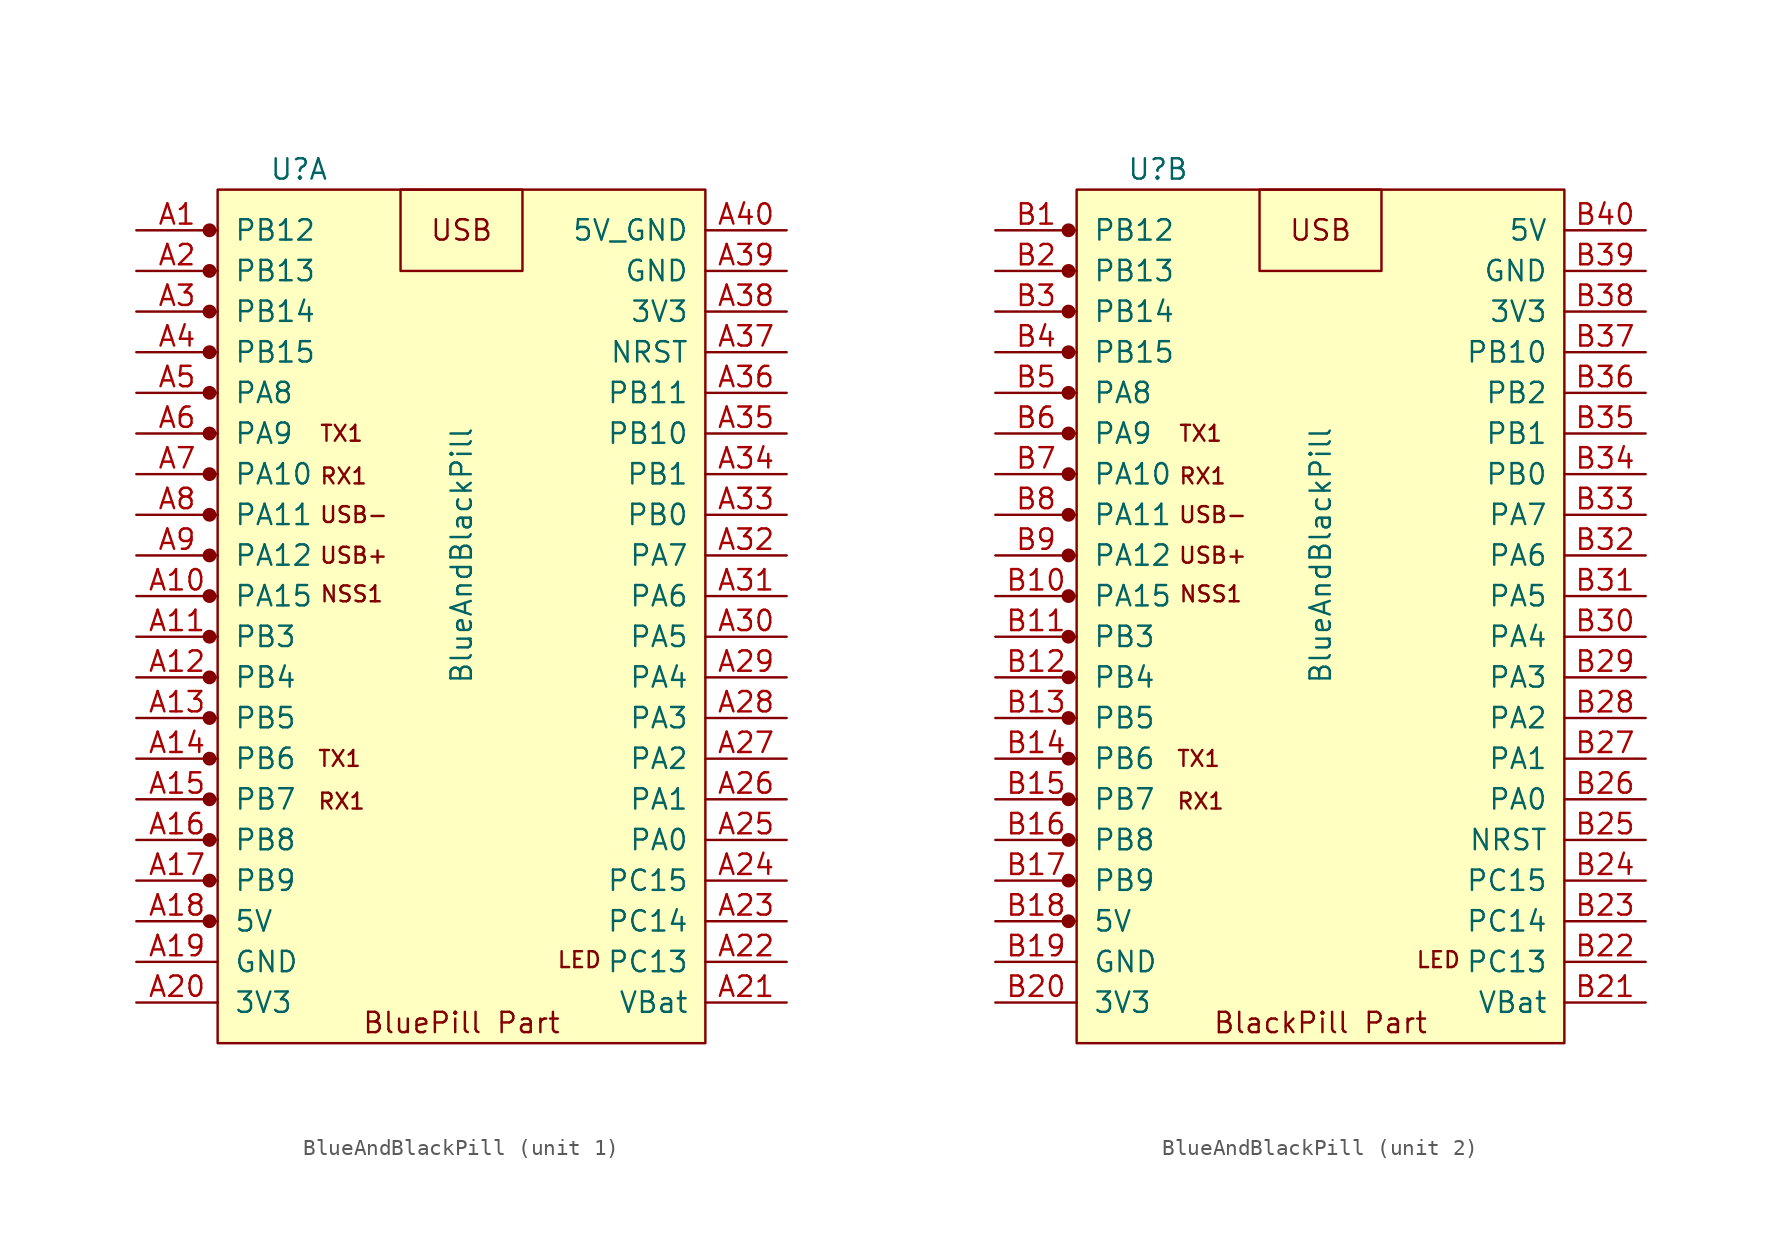
<source format=kicad_sym>
(kicad_symbol_lib
  (version 20211014)
  (generator kicad_symbol_editor)
  (symbol "BlueAndBlackPill"
    (pin_names
      (offset 1.016))
    (property "Reference" "U"
      (at -10.16 26.67 0)
      (effects (font (size 1.27 1.27))))
    (property "Value" "BlueAndBlackPill"
      (at 0 2.54 90)
      (effects (font (size 1.27 1.27))))
    (property "ki_locked" ""
      (at 0 0 0)
      (effects (font (size 1.27 1.27))))
    (symbol "BlueAndBlackPill_0_0"
      (circle (center -15.748 -20.32) (radius 0.356) (stroke (width 0) (type default) (color 0 0 0 0)) (fill (type outline)))
      (circle (center -15.748 -17.78) (radius 0.356) (stroke (width 0) (type default) (color 0 0 0 0)) (fill (type outline)))
      (circle (center -15.748 -15.24) (radius 0.356) (stroke (width 0) (type default) (color 0 0 0 0)) (fill (type outline)))
      (circle (center -15.748 -12.7) (radius 0.356) (stroke (width 0) (type default) (color 0 0 0 0)) (fill (type outline)))
      (circle (center -15.748 -10.16) (radius 0.356) (stroke (width 0) (type default) (color 0 0 0 0)) (fill (type outline)))
      (circle (center -15.748 -7.62) (radius 0.356) (stroke (width 0) (type default) (color 0 0 0 0)) (fill (type outline)))
      (circle (center -15.748 -5.08) (radius 0.356) (stroke (width 0) (type default) (color 0 0 0 0)) (fill (type outline)))
      (circle (center -15.748 -2.54) (radius 0.356) (stroke (width 0) (type default) (color 0 0 0 0)) (fill (type outline)))
      (circle (center -15.748 0) (radius 0.356) (stroke (width 0) (type default) (color 0 0 0 0)) (fill (type outline)))
      (circle (center -15.748 2.54) (radius 0.356) (stroke (width 0) (type default) (color 0 0 0 0)) (fill (type outline)))
      (circle (center -15.748 5.08) (radius 0.356) (stroke (width 0) (type default) (color 0 0 0 0)) (fill (type outline)))
      (circle (center -15.748 7.62) (radius 0.356) (stroke (width 0) (type default) (color 0 0 0 0)) (fill (type outline)))
      (circle (center -15.748 10.16) (radius 0.356) (stroke (width 0) (type default) (color 0 0 0 0)) (fill (type outline)))
      (circle (center -15.748 12.7) (radius 0.356) (stroke (width 0) (type default) (color 0 0 0 0)) (fill (type outline)))
      (circle (center -15.748 15.24) (radius 0.356) (stroke (width 0) (type default) (color 0 0 0 0)) (fill (type outline)))
      (circle (center -15.748 17.78) (radius 0.356) (stroke (width 0) (type default) (color 0 0 0 0)) (fill (type outline)))
      (circle (center -15.748 22.86) (radius 0.356) (stroke (width 0) (type default) (color 0 0 0 0)) (fill (type outline)))
      (text "LED" (at 7.366 -22.733 0) (effects (font (size 0.991 0.991))))
      (text "NSS1" (at -6.858 0.127 0) (effects (font (size 0.991 0.991))))
      (text "RX1" (at -7.493 -12.827 0) (effects (font (size 0.991 0.991))))
      (text "RX1" (at -7.366 7.493 0) (effects (font (size 0.991 0.991))))
      (text "TX1" (at -7.62 -10.16 0) (effects (font (size 0.991 0.991))))
      (text "TX1" (at -7.493 10.16 0) (effects (font (size 0.991 0.991))))
      (text "USB" (at 0 22.86 0) (effects (font (size 1.27 1.27))))
      (text "USB+" (at -6.731 2.54 0) (effects (font (size 0.991 0.991))))
      (text "USB-" (at -6.731 5.08 0) (effects (font (size 0.991 0.991)))))
    (symbol "BlueAndBlackPill_0_1"
      (rectangle (start -15.24 25.4) (end 15.24 -27.94) (stroke (width 0) (type default) (color 0 0 0 0)) (fill (type background)))
      (rectangle (start 3.81 25.4) (end -3.81 20.32) (stroke (width 0) (type default) (color 0 0 0 0)) (fill (type none))))
    (symbol "BlueAndBlackPill_1_0"
      (text "BluePill Part" (at 0 -26.67 0) (effects (font (size 1.27 1.27)))))
    (symbol "BlueAndBlackPill_1_1"
      (circle (center -15.748 20.32) (radius 0.356) (stroke (width 0) (type default) (color 0 0 0 0)) (fill (type outline)))
      (pin bidirectional line (at -20.32 22.86 0) (length 5.08) (name "PB12" (effects (font (size 1.27 1.27)))) (number "A1" (effects (font (size 1.27 1.27)))))
      (pin bidirectional line (at -20.32 0 0) (length 5.08) (name "PA15" (effects (font (size 1.27 1.27)))) (number "A10" (effects (font (size 1.27 1.27)))))
      (pin bidirectional line (at -20.32 -2.54 0) (length 5.08) (name "PB3" (effects (font (size 1.27 1.27)))) (number "A11" (effects (font (size 1.27 1.27)))))
      (pin bidirectional line (at -20.32 -5.08 0) (length 5.08) (name "PB4" (effects (font (size 1.27 1.27)))) (number "A12" (effects (font (size 1.27 1.27)))))
      (pin bidirectional line (at -20.32 -7.62 0) (length 5.08) (name "PB5" (effects (font (size 1.27 1.27)))) (number "A13" (effects (font (size 1.27 1.27)))))
      (pin bidirectional line (at -20.32 -10.16 0) (length 5.08) (name "PB6" (effects (font (size 1.27 1.27)))) (number "A14" (effects (font (size 1.27 1.27)))))
      (pin bidirectional line (at -20.32 -12.7 0) (length 5.08) (name "PB7" (effects (font (size 1.27 1.27)))) (number "A15" (effects (font (size 1.27 1.27)))))
      (pin bidirectional line (at -20.32 -15.24 0) (length 5.08) (name "PB8" (effects (font (size 1.27 1.27)))) (number "A16" (effects (font (size 1.27 1.27)))))
      (pin bidirectional line (at -20.32 -17.78 0) (length 5.08) (name "PB9" (effects (font (size 1.27 1.27)))) (number "A17" (effects (font (size 1.27 1.27)))))
      (pin power_in line (at -20.32 -20.32 0) (length 5.08) (name "5V" (effects (font (size 1.27 1.27)))) (number "A18" (effects (font (size 1.27 1.27)))))
      (pin power_in line (at -20.32 -22.86 0) (length 5.08) (name "GND" (effects (font (size 1.27 1.27)))) (number "A19" (effects (font (size 1.27 1.27)))))
      (pin bidirectional line (at -20.32 20.32 0) (length 5.08) (name "PB13" (effects (font (size 1.27 1.27)))) (number "A2" (effects (font (size 1.27 1.27)))))
      (pin power_in line (at -20.32 -25.4 0) (length 5.08) (name "3V3" (effects (font (size 1.27 1.27)))) (number "A20" (effects (font (size 1.27 1.27)))))
      (pin power_in line (at 20.32 -25.4 180) (length 5.08) (name "VBat" (effects (font (size 1.27 1.27)))) (number "A21" (effects (font (size 1.27 1.27)))))
      (pin bidirectional line (at 20.32 -22.86 180) (length 5.08) (name "PC13" (effects (font (size 1.27 1.27)))) (number "A22" (effects (font (size 1.27 1.27)))))
      (pin bidirectional line (at 20.32 -20.32 180) (length 5.08) (name "PC14" (effects (font (size 1.27 1.27)))) (number "A23" (effects (font (size 1.27 1.27)))))
      (pin bidirectional line (at 20.32 -17.78 180) (length 5.08) (name "PC15" (effects (font (size 1.27 1.27)))) (number "A24" (effects (font (size 1.27 1.27)))))
      (pin input line (at 20.32 -15.24 180) (length 5.08) (name "PA0" (effects (font (size 1.27 1.27)))) (number "A25" (effects (font (size 1.27 1.27)))))
      (pin bidirectional line (at 20.32 -12.7 180) (length 5.08) (name "PA1" (effects (font (size 1.27 1.27)))) (number "A26" (effects (font (size 1.27 1.27)))))
      (pin bidirectional line (at 20.32 -10.16 180) (length 5.08) (name "PA2" (effects (font (size 1.27 1.27)))) (number "A27" (effects (font (size 1.27 1.27)))))
      (pin bidirectional line (at 20.32 -7.62 180) (length 5.08) (name "PA3" (effects (font (size 1.27 1.27)))) (number "A28" (effects (font (size 1.27 1.27)))))
      (pin bidirectional line (at 20.32 -5.08 180) (length 5.08) (name "PA4" (effects (font (size 1.27 1.27)))) (number "A29" (effects (font (size 1.27 1.27)))))
      (pin bidirectional line (at -20.32 17.78 0) (length 5.08) (name "PB14" (effects (font (size 1.27 1.27)))) (number "A3" (effects (font (size 1.27 1.27)))))
      (pin bidirectional line (at 20.32 -2.54 180) (length 5.08) (name "PA5" (effects (font (size 1.27 1.27)))) (number "A30" (effects (font (size 1.27 1.27)))))
      (pin bidirectional line (at 20.32 0 180) (length 5.08) (name "PA6" (effects (font (size 1.27 1.27)))) (number "A31" (effects (font (size 1.27 1.27)))))
      (pin bidirectional line (at 20.32 2.54 180) (length 5.08) (name "PA7" (effects (font (size 1.27 1.27)))) (number "A32" (effects (font (size 1.27 1.27)))))
      (pin bidirectional line (at 20.32 5.08 180) (length 5.08) (name "PB0" (effects (font (size 1.27 1.27)))) (number "A33" (effects (font (size 1.27 1.27)))))
      (pin bidirectional line (at 20.32 7.62 180) (length 5.08) (name "PB1" (effects (font (size 1.27 1.27)))) (number "A34" (effects (font (size 1.27 1.27)))))
      (pin bidirectional line (at 20.32 10.16 180) (length 5.08) (name "PB10" (effects (font (size 1.27 1.27)))) (number "A35" (effects (font (size 1.27 1.27)))))
      (pin bidirectional line (at 20.32 12.7 180) (length 5.08) (name "PB11" (effects (font (size 1.27 1.27)))) (number "A36" (effects (font (size 1.27 1.27)))))
      (pin input line (at 20.32 15.24 180) (length 5.08) (name "NRST" (effects (font (size 1.27 1.27)))) (number "A37" (effects (font (size 1.27 1.27)))))
      (pin power_in line (at 20.32 17.78 180) (length 5.08) (name "3V3" (effects (font (size 1.27 1.27)))) (number "A38" (effects (font (size 1.27 1.27)))))
      (pin power_in line (at 20.32 20.32 180) (length 5.08) (name "GND" (effects (font (size 1.27 1.27)))) (number "A39" (effects (font (size 1.27 1.27)))))
      (pin bidirectional line (at -20.32 15.24 0) (length 5.08) (name "PB15" (effects (font (size 1.27 1.27)))) (number "A4" (effects (font (size 1.27 1.27)))))
      (pin bidirectional line (at 20.32 22.86 180) (length 5.08) (name "5V_GND" (effects (font (size 1.27 1.27)))) (number "A40" (effects (font (size 1.27 1.27)))))
      (pin bidirectional line (at -20.32 12.7 0) (length 5.08) (name "PA8" (effects (font (size 1.27 1.27)))) (number "A5" (effects (font (size 1.27 1.27)))))
      (pin bidirectional line (at -20.32 10.16 0) (length 5.08) (name "PA9" (effects (font (size 1.27 1.27)))) (number "A6" (effects (font (size 1.27 1.27)))))
      (pin bidirectional line (at -20.32 7.62 0) (length 5.08) (name "PA10" (effects (font (size 1.27 1.27)))) (number "A7" (effects (font (size 1.27 1.27)))))
      (pin bidirectional line (at -20.32 5.08 0) (length 5.08) (name "PA11" (effects (font (size 1.27 1.27)))) (number "A8" (effects (font (size 1.27 1.27)))))
      (pin bidirectional line (at -20.32 2.54 0) (length 5.08) (name "PA12" (effects (font (size 1.27 1.27)))) (number "A9" (effects (font (size 1.27 1.27))))))
    (symbol "BlueAndBlackPill_2_0"
      (text "BlackPill Part" (at 0 -26.67 0) (effects (font (size 1.27 1.27)))))
    (symbol "BlueAndBlackPill_2_1"
      (circle (center -15.748 20.32) (radius 0.356) (stroke (width 0) (type default) (color 0 0 0 0)) (fill (type outline)))
      (pin bidirectional line (at -20.32 22.86 0) (length 5.08) (name "PB12" (effects (font (size 1.27 1.27)))) (number "B1" (effects (font (size 1.27 1.27)))))
      (pin bidirectional line (at -20.32 0 0) (length 5.08) (name "PA15" (effects (font (size 1.27 1.27)))) (number "B10" (effects (font (size 1.27 1.27)))))
      (pin bidirectional line (at -20.32 -2.54 0) (length 5.08) (name "PB3" (effects (font (size 1.27 1.27)))) (number "B11" (effects (font (size 1.27 1.27)))))
      (pin bidirectional line (at -20.32 -5.08 0) (length 5.08) (name "PB4" (effects (font (size 1.27 1.27)))) (number "B12" (effects (font (size 1.27 1.27)))))
      (pin bidirectional line (at -20.32 -7.62 0) (length 5.08) (name "PB5" (effects (font (size 1.27 1.27)))) (number "B13" (effects (font (size 1.27 1.27)))))
      (pin bidirectional line (at -20.32 -10.16 0) (length 5.08) (name "PB6" (effects (font (size 1.27 1.27)))) (number "B14" (effects (font (size 1.27 1.27)))))
      (pin bidirectional line (at -20.32 -12.7 0) (length 5.08) (name "PB7" (effects (font (size 1.27 1.27)))) (number "B15" (effects (font (size 1.27 1.27)))))
      (pin bidirectional line (at -20.32 -15.24 0) (length 5.08) (name "PB8" (effects (font (size 1.27 1.27)))) (number "B16" (effects (font (size 1.27 1.27)))))
      (pin bidirectional line (at -20.32 -17.78 0) (length 5.08) (name "PB9" (effects (font (size 1.27 1.27)))) (number "B17" (effects (font (size 1.27 1.27)))))
      (pin power_in line (at -20.32 -20.32 0) (length 5.08) (name "5V" (effects (font (size 1.27 1.27)))) (number "B18" (effects (font (size 1.27 1.27)))))
      (pin power_in line (at -20.32 -22.86 0) (length 5.08) (name "GND" (effects (font (size 1.27 1.27)))) (number "B19" (effects (font (size 1.27 1.27)))))
      (pin bidirectional line (at -20.32 20.32 0) (length 5.08) (name "PB13" (effects (font (size 1.27 1.27)))) (number "B2" (effects (font (size 1.27 1.27)))))
      (pin power_in line (at -20.32 -25.4 0) (length 5.08) (name "3V3" (effects (font (size 1.27 1.27)))) (number "B20" (effects (font (size 1.27 1.27)))))
      (pin power_in line (at 20.32 -25.4 180) (length 5.08) (name "VBat" (effects (font (size 1.27 1.27)))) (number "B21" (effects (font (size 1.27 1.27)))))
      (pin bidirectional line (at 20.32 -22.86 180) (length 5.08) (name "PC13" (effects (font (size 1.27 1.27)))) (number "B22" (effects (font (size 1.27 1.27)))))
      (pin bidirectional line (at 20.32 -20.32 180) (length 5.08) (name "PC14" (effects (font (size 1.27 1.27)))) (number "B23" (effects (font (size 1.27 1.27)))))
      (pin bidirectional line (at 20.32 -17.78 180) (length 5.08) (name "PC15" (effects (font (size 1.27 1.27)))) (number "B24" (effects (font (size 1.27 1.27)))))
      (pin input line (at 20.32 -15.24 180) (length 5.08) (name "NRST" (effects (font (size 1.27 1.27)))) (number "B25" (effects (font (size 1.27 1.27)))))
      (pin bidirectional line (at 20.32 -12.7 180) (length 5.08) (name "PA0" (effects (font (size 1.27 1.27)))) (number "B26" (effects (font (size 1.27 1.27)))))
      (pin bidirectional line (at 20.32 -10.16 180) (length 5.08) (name "PA1" (effects (font (size 1.27 1.27)))) (number "B27" (effects (font (size 1.27 1.27)))))
      (pin bidirectional line (at 20.32 -7.62 180) (length 5.08) (name "PA2" (effects (font (size 1.27 1.27)))) (number "B28" (effects (font (size 1.27 1.27)))))
      (pin bidirectional line (at 20.32 -5.08 180) (length 5.08) (name "PA3" (effects (font (size 1.27 1.27)))) (number "B29" (effects (font (size 1.27 1.27)))))
      (pin bidirectional line (at -20.32 17.78 0) (length 5.08) (name "PB14" (effects (font (size 1.27 1.27)))) (number "B3" (effects (font (size 1.27 1.27)))))
      (pin bidirectional line (at 20.32 -2.54 180) (length 5.08) (name "PA4" (effects (font (size 1.27 1.27)))) (number "B30" (effects (font (size 1.27 1.27)))))
      (pin bidirectional line (at 20.32 0 180) (length 5.08) (name "PA5" (effects (font (size 1.27 1.27)))) (number "B31" (effects (font (size 1.27 1.27)))))
      (pin bidirectional line (at 20.32 2.54 180) (length 5.08) (name "PA6" (effects (font (size 1.27 1.27)))) (number "B32" (effects (font (size 1.27 1.27)))))
      (pin bidirectional line (at 20.32 5.08 180) (length 5.08) (name "PA7" (effects (font (size 1.27 1.27)))) (number "B33" (effects (font (size 1.27 1.27)))))
      (pin bidirectional line (at 20.32 7.62 180) (length 5.08) (name "PB0" (effects (font (size 1.27 1.27)))) (number "B34" (effects (font (size 1.27 1.27)))))
      (pin bidirectional line (at 20.32 10.16 180) (length 5.08) (name "PB1" (effects (font (size 1.27 1.27)))) (number "B35" (effects (font (size 1.27 1.27)))))
      (pin bidirectional line (at 20.32 12.7 180) (length 5.08) (name "PB2" (effects (font (size 1.27 1.27)))) (number "B36" (effects (font (size 1.27 1.27)))))
      (pin bidirectional line (at 20.32 15.24 180) (length 5.08) (name "PB10" (effects (font (size 1.27 1.27)))) (number "B37" (effects (font (size 1.27 1.27)))))
      (pin power_in line (at 20.32 17.78 180) (length 5.08) (name "3V3" (effects (font (size 1.27 1.27)))) (number "B38" (effects (font (size 1.27 1.27)))))
      (pin power_in line (at 20.32 20.32 180) (length 5.08) (name "GND" (effects (font (size 1.27 1.27)))) (number "B39" (effects (font (size 1.27 1.27)))))
      (pin bidirectional line (at -20.32 15.24 0) (length 5.08) (name "PB15" (effects (font (size 1.27 1.27)))) (number "B4" (effects (font (size 1.27 1.27)))))
      (pin power_in line (at 20.32 22.86 180) (length 5.08) (name "5V" (effects (font (size 1.27 1.27)))) (number "B40" (effects (font (size 1.27 1.27)))))
      (pin bidirectional line (at -20.32 12.7 0) (length 5.08) (name "PA8" (effects (font (size 1.27 1.27)))) (number "B5" (effects (font (size 1.27 1.27)))))
      (pin bidirectional line (at -20.32 10.16 0) (length 5.08) (name "PA9" (effects (font (size 1.27 1.27)))) (number "B6" (effects (font (size 1.27 1.27)))))
      (pin bidirectional line (at -20.32 7.62 0) (length 5.08) (name "PA10" (effects (font (size 1.27 1.27)))) (number "B7" (effects (font (size 1.27 1.27)))))
      (pin bidirectional line (at -20.32 5.08 0) (length 5.08) (name "PA11" (effects (font (size 1.27 1.27)))) (number "B8" (effects (font (size 1.27 1.27)))))
      (pin bidirectional line (at -20.32 2.54 0) (length 5.08) (name "PA12" (effects (font (size 1.27 1.27)))) (number "B9" (effects (font (size 1.27 1.27))))))))
</source>
